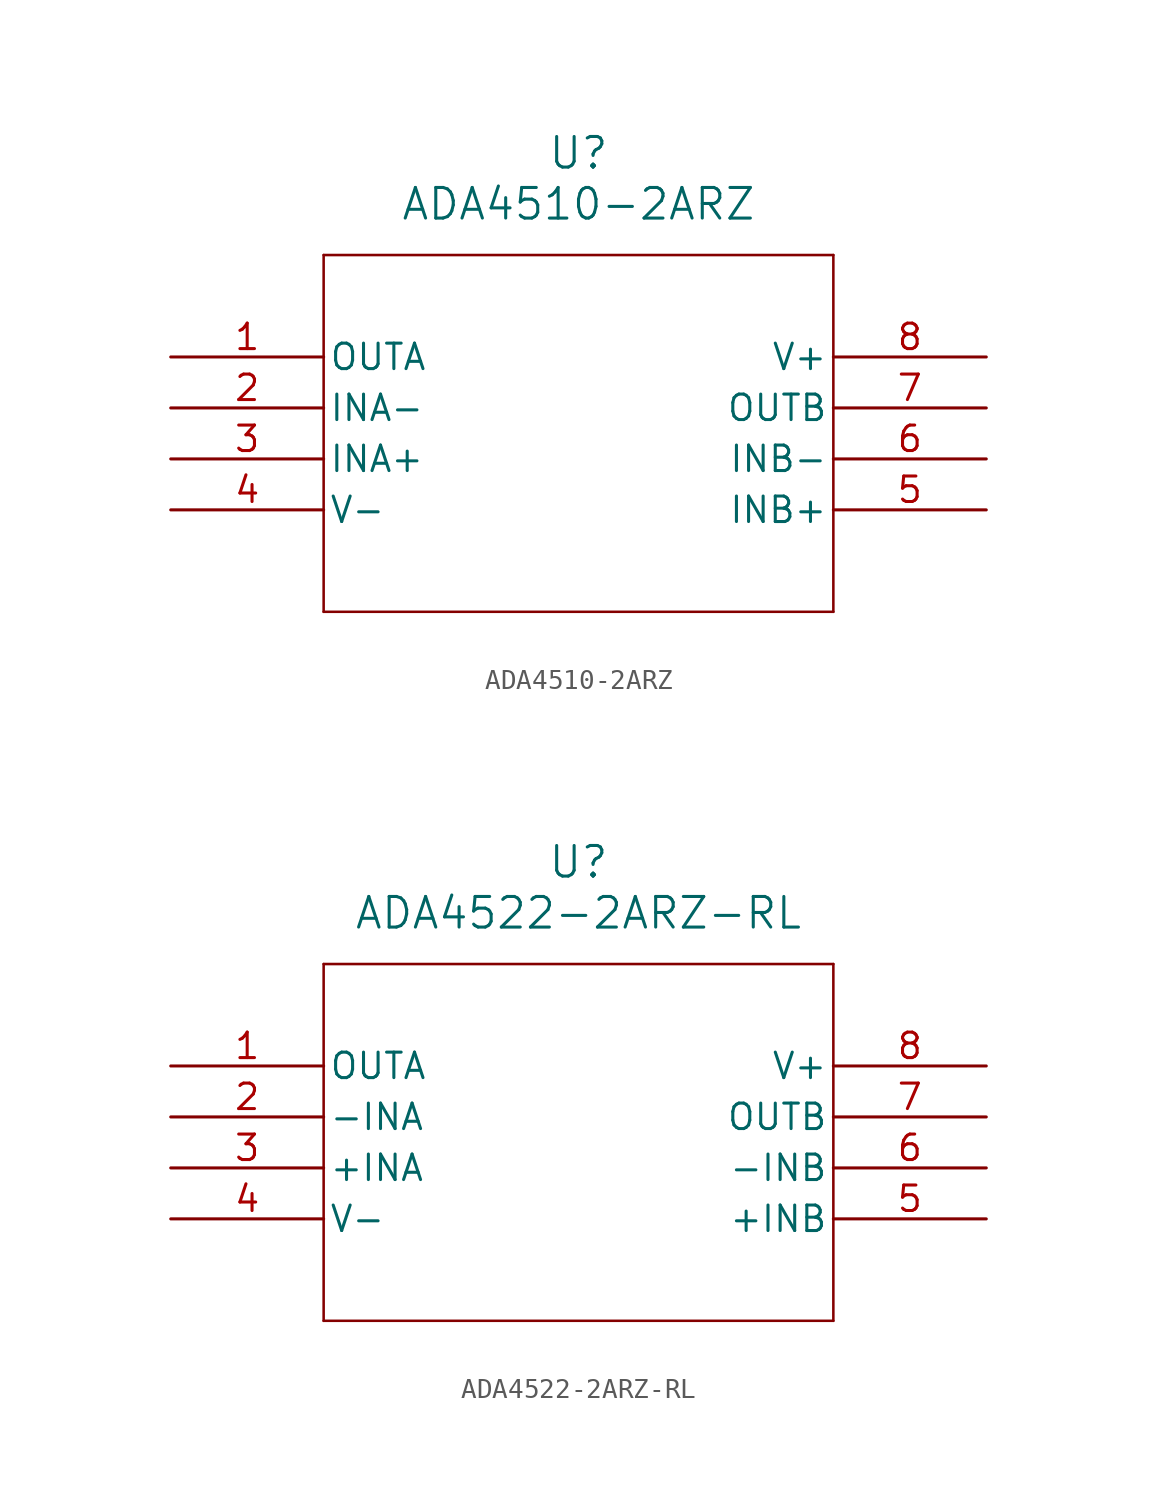
<source format=kicad_sym>
(kicad_symbol_lib
  (version 20241209)
  (generator "kicad_symbol_editor")
  (generator_version "9.0")
  (symbol "ADA4510-2ARZ"
    (pin_names
      (offset 0.254))
    (property "Reference" "U"
      (at 20.32 10.16 0)
      (effects (font (size 1.524 1.524))))
    (property "Value" "ADA4510-2ARZ"
      (at 20.32 7.62 0)
      (effects (font (size 1.524 1.524))))
    (property "ki_locked" ""
      (at 0 0 0)
      (effects (font (size 1.27 1.27))))
    (symbol "ADA4510-2ARZ_0_1"
      (polyline (pts (xy 7.62 5.08) (xy 7.62 -12.7)) (stroke (width 0.127) (type default)) (fill (type none)))
      (polyline (pts (xy 7.62 -12.7) (xy 33.02 -12.7)) (stroke (width 0.127) (type default)) (fill (type none)))
      (polyline (pts (xy 33.02 5.08) (xy 7.62 5.08)) (stroke (width 0.127) (type default)) (fill (type none)))
      (polyline (pts (xy 33.02 -12.7) (xy 33.02 5.08)) (stroke (width 0.127) (type default)) (fill (type none)))
      (pin output line (at 0 0 0) (length 7.62) (name "OUTA" (effects (font (size 1.27 1.27)))) (number "1" (effects (font (size 1.27 1.27)))))
      (pin input line (at 0 -2.54 0) (length 7.62) (name "INA-" (effects (font (size 1.27 1.27)))) (number "2" (effects (font (size 1.27 1.27)))))
      (pin input line (at 0 -5.08 0) (length 7.62) (name "INA+" (effects (font (size 1.27 1.27)))) (number "3" (effects (font (size 1.27 1.27)))))
      (pin power_in line (at 0 -7.62 0) (length 7.62) (name "V-" (effects (font (size 1.27 1.27)))) (number "4" (effects (font (size 1.27 1.27)))))
      (pin power_in line (at 40.64 0 180) (length 7.62) (name "V+" (effects (font (size 1.27 1.27)))) (number "8" (effects (font (size 1.27 1.27)))))
      (pin output line (at 40.64 -2.54 180) (length 7.62) (name "OUTB" (effects (font (size 1.27 1.27)))) (number "7" (effects (font (size 1.27 1.27)))))
      (pin input line (at 40.64 -5.08 180) (length 7.62) (name "INB-" (effects (font (size 1.27 1.27)))) (number "6" (effects (font (size 1.27 1.27)))))
      (pin input line (at 40.64 -7.62 180) (length 7.62) (name "INB+" (effects (font (size 1.27 1.27)))) (number "5" (effects (font (size 1.27 1.27)))))))
  (symbol "ADA4522-2ARZ-RL"
    (pin_names
      (offset 0.254))
    (property "Reference" "U"
      (at 20.32 10.16 0)
      (effects (font (size 1.524 1.524))))
    (property "Value" "ADA4522-2ARZ-RL"
      (at 20.32 7.62 0)
      (effects (font (size 1.524 1.524))))
    (property "ki_locked" ""
      (at 0 0 0)
      (effects (font (size 1.27 1.27))))
    (symbol "ADA4522-2ARZ-RL_0_1"
      (polyline (pts (xy 7.62 5.08) (xy 7.62 -12.7)) (stroke (width 0.127) (type default)) (fill (type none)))
      (polyline (pts (xy 7.62 -12.7) (xy 33.02 -12.7)) (stroke (width 0.127) (type default)) (fill (type none)))
      (polyline (pts (xy 33.02 5.08) (xy 7.62 5.08)) (stroke (width 0.127) (type default)) (fill (type none)))
      (polyline (pts (xy 33.02 -12.7) (xy 33.02 5.08)) (stroke (width 0.127) (type default)) (fill (type none)))
      (pin output line (at 0 0 0) (length 7.62) (name "OUTA" (effects (font (size 1.27 1.27)))) (number "1" (effects (font (size 1.27 1.27)))))
      (pin input line (at 0 -2.54 0) (length 7.62) (name "-INA" (effects (font (size 1.27 1.27)))) (number "2" (effects (font (size 1.27 1.27)))))
      (pin input line (at 0 -5.08 0) (length 7.62) (name "+INA" (effects (font (size 1.27 1.27)))) (number "3" (effects (font (size 1.27 1.27)))))
      (pin power_in line (at 0 -7.62 0) (length 7.62) (name "V-" (effects (font (size 1.27 1.27)))) (number "4" (effects (font (size 1.27 1.27)))))
      (pin power_in line (at 40.64 0 180) (length 7.62) (name "V+" (effects (font (size 1.27 1.27)))) (number "8" (effects (font (size 1.27 1.27)))))
      (pin output line (at 40.64 -2.54 180) (length 7.62) (name "OUTB" (effects (font (size 1.27 1.27)))) (number "7" (effects (font (size 1.27 1.27)))))
      (pin input line (at 40.64 -5.08 180) (length 7.62) (name "-INB" (effects (font (size 1.27 1.27)))) (number "6" (effects (font (size 1.27 1.27)))))
      (pin input line (at 40.64 -7.62 180) (length 7.62) (name "+INB" (effects (font (size 1.27 1.27)))) (number "5" (effects (font (size 1.27 1.27))))))))
</source>
